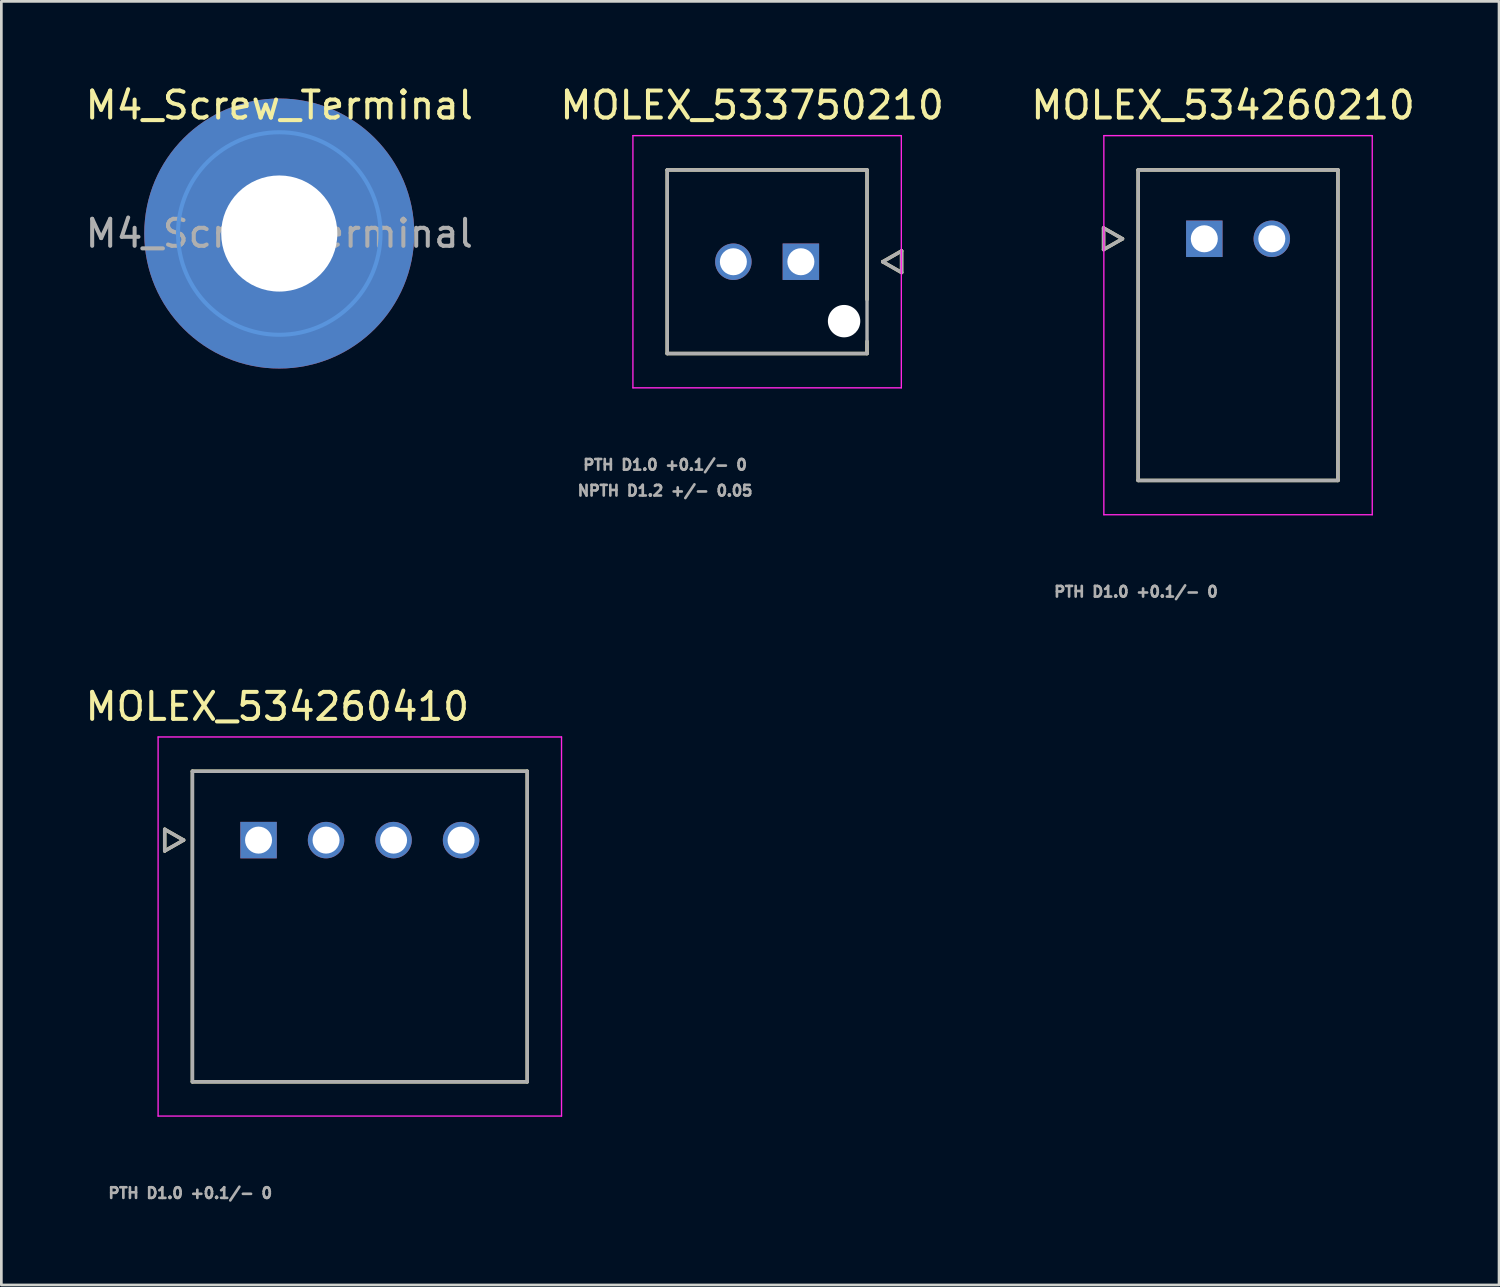
<source format=kicad_pcb>
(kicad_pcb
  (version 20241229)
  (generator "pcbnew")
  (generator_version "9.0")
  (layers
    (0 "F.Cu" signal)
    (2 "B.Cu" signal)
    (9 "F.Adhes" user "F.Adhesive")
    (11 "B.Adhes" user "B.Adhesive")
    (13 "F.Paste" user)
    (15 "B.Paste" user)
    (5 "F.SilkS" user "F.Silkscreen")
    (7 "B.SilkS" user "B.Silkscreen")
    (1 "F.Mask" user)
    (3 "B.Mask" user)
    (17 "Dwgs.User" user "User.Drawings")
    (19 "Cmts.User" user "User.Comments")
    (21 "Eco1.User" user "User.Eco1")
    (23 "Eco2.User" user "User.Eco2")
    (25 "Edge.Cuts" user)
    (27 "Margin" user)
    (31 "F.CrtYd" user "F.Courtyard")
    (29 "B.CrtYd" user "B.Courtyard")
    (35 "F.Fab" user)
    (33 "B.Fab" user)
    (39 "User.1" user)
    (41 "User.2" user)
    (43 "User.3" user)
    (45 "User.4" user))
  (footprint "MOLEX_534260410"
    (layer "F.Cu")
    (at 6.525 28.062)
    (property "Reference" "MOLEX_534260410" (at 0.695 -4.945 0) (layer "F.SilkS") (effects (font (size 1 1) (thickness 0.15))))
    (attr through_hole)
    (fp_circle (center 2.5 0) (end 2.876 0) (stroke (width 0.751) (type solid)) (fill no) (layer "F.Mask"))
    (fp_circle (center 5 0) (end 5.376 0) (stroke (width 0.751) (type solid)) (fill no) (layer "F.Mask"))
    (fp_circle (center 7.5 0) (end 7.876 0) (stroke (width 0.751) (type solid)) (fill no) (layer "F.Mask"))
    (fp_poly (pts (xy -0.751 -0.751) (xy 0.751 -0.751) (xy 0.751 0.751) (xy -0.751 0.751)) (stroke (width 0.01) (type solid)) (fill yes) (layer "F.Mask"))
    (fp_circle (center 2.5 0) (end 2.876 0) (stroke (width 0.751) (type solid)) (fill no) (layer "B.Mask"))
    (fp_circle (center 5 0) (end 5.376 0) (stroke (width 0.751) (type solid)) (fill no) (layer "B.Mask"))
    (fp_circle (center 7.5 0) (end 7.876 0) (stroke (width 0.751) (type solid)) (fill no) (layer "B.Mask"))
    (fp_poly (pts (xy -0.751 -0.751) (xy 0.751 -0.751) (xy 0.751 0.751) (xy -0.751 0.751)) (stroke (width 0.01) (type solid)) (fill yes) (layer "B.Mask"))
    (fp_line (start -3.476 -0.4) (end -3.476 0.4) (stroke (width 0.127) (type solid)) (layer "F.SilkS"))
    (fp_line (start -3.476 0.4) (end -2.776 0) (stroke (width 0.127) (type solid)) (layer "F.SilkS"))
    (fp_line (start -2.776 0) (end -3.476 -0.4) (stroke (width 0.127) (type solid)) (layer "F.SilkS"))
    (fp_line (start -2.45 -2.55) (end 9.95 -2.55) (stroke (width 0.127) (type solid)) (layer "F.SilkS"))
    (fp_line (start -2.45 8.95) (end -2.45 -2.55) (stroke (width 0.127) (type solid)) (layer "F.SilkS"))
    (fp_line (start 9.95 -2.55) (end 9.95 8.95) (stroke (width 0.127) (type solid)) (layer "F.SilkS"))
    (fp_line (start 9.95 8.95) (end -2.45 8.95) (stroke (width 0.127) (type solid)) (layer "F.SilkS"))
    (fp_line (start -3.72 -3.82) (end 11.22 -3.82) (stroke (width 0.05) (type solid)) (layer "F.CrtYd"))
    (fp_line (start -3.72 10.22) (end -3.72 -3.82) (stroke (width 0.05) (type solid)) (layer "F.CrtYd"))
    (fp_line (start -3.72 10.22) (end 11.22 10.22) (stroke (width 0.05) (type solid)) (layer "F.CrtYd"))
    (fp_line (start 11.22 -3.82) (end 11.22 10.22) (stroke (width 0.05) (type solid)) (layer "F.CrtYd"))
    (fp_line (start -3.476 -0.4) (end -3.476 0.4) (stroke (width 0.127) (type solid)) (layer "F.Fab"))
    (fp_line (start -3.476 0.4) (end -2.776 0) (stroke (width 0.127) (type solid)) (layer "F.Fab"))
    (fp_line (start -2.776 0) (end -3.476 -0.4) (stroke (width 0.127) (type solid)) (layer "F.Fab"))
    (fp_line (start -2.45 -2.55) (end 9.95 -2.55) (stroke (width 0.127) (type solid)) (layer "F.Fab"))
    (fp_line (start -2.45 8.95) (end -2.45 -2.55) (stroke (width 0.127) (type solid)) (layer "F.Fab"))
    (fp_line (start 9.95 -2.55) (end 9.95 8.95) (stroke (width 0.127) (type solid)) (layer "F.Fab"))
    (fp_line (start 9.95 8.95) (end -2.45 8.95) (stroke (width 0.127) (type solid)) (layer "F.Fab"))
    (fp_text user "PTH D1.0 +0.1/- 0" (at -2.53 13.072 0) (layer "F.Fab") (effects (font (size 0.394 0.394) (thickness 0.15))))
    (pad "1" thru_hole rect (at 0 0) (size 1.35 1.35) (drill 1) (layers "*.Cu"))
    (pad "2" thru_hole circle (at 2.5 0) (size 1.35 1.35) (drill 1) (layers "*.Cu"))
    (pad "3" thru_hole circle (at 5 0) (size 1.35 1.35) (drill 1) (layers "*.Cu"))
    (pad "4" thru_hole circle (at 7.5 0) (size 1.35 1.35) (drill 1) (layers "*.Cu")))
  (footprint "MOLEX_534260210"
    (layer "F.Cu")
    (at 41.549 5.793)
    (property "Reference" "MOLEX_534260210" (at 0.695 -4.945 0) (layer "F.SilkS") (effects (font (size 1 1) (thickness 0.15))))
    (attr through_hole)
    (fp_circle (center 2.5 0) (end 2.876 0) (stroke (width 0.751) (type solid)) (fill no) (layer "F.Mask"))
    (fp_poly (pts (xy -0.751 -0.751) (xy 0.751 -0.751) (xy 0.751 0.751) (xy -0.751 0.751)) (stroke (width 0.01) (type solid)) (fill yes) (layer "F.Mask"))
    (fp_circle (center 2.5 0) (end 2.876 0) (stroke (width 0.751) (type solid)) (fill no) (layer "B.Mask"))
    (fp_poly (pts (xy -0.751 -0.751) (xy 0.751 -0.751) (xy 0.751 0.751) (xy -0.751 0.751)) (stroke (width 0.01) (type solid)) (fill yes) (layer "B.Mask"))
    (fp_line (start -3.73 -0.4) (end -3.73 0.4) (stroke (width 0.127) (type solid)) (layer "F.SilkS"))
    (fp_line (start -3.73 0.4) (end -3.03 0) (stroke (width 0.127) (type solid)) (layer "F.SilkS"))
    (fp_line (start -3.03 0) (end -3.73 -0.4) (stroke (width 0.127) (type solid)) (layer "F.SilkS"))
    (fp_line (start -2.45 -2.55) (end 4.95 -2.55) (stroke (width 0.127) (type solid)) (layer "F.SilkS"))
    (fp_line (start -2.45 8.95) (end -2.45 -2.55) (stroke (width 0.127) (type solid)) (layer "F.SilkS"))
    (fp_line (start 4.95 -2.55) (end 4.95 8.95) (stroke (width 0.127) (type solid)) (layer "F.SilkS"))
    (fp_line (start 4.95 8.95) (end -2.45 8.95) (stroke (width 0.127) (type solid)) (layer "F.SilkS"))
    (fp_line (start -3.72 -3.82) (end 6.22 -3.82) (stroke (width 0.05) (type solid)) (layer "F.CrtYd"))
    (fp_line (start -3.72 10.22) (end -3.72 -3.82) (stroke (width 0.05) (type solid)) (layer "F.CrtYd"))
    (fp_line (start -3.72 10.22) (end 6.22 10.22) (stroke (width 0.05) (type solid)) (layer "F.CrtYd"))
    (fp_line (start 6.22 -3.82) (end 6.22 10.22) (stroke (width 0.05) (type solid)) (layer "F.CrtYd"))
    (fp_line (start -3.73 -0.4) (end -3.73 0.4) (stroke (width 0.127) (type solid)) (layer "F.Fab"))
    (fp_line (start -3.73 0.4) (end -3.03 0) (stroke (width 0.127) (type solid)) (layer "F.Fab"))
    (fp_line (start -3.03 0) (end -3.73 -0.4) (stroke (width 0.127) (type solid)) (layer "F.Fab"))
    (fp_line (start -2.45 -2.55) (end 4.95 -2.55) (stroke (width 0.127) (type solid)) (layer "F.Fab"))
    (fp_line (start -2.45 8.95) (end -2.45 -2.55) (stroke (width 0.127) (type solid)) (layer "F.Fab"))
    (fp_line (start 4.95 -2.55) (end 4.95 8.95) (stroke (width 0.127) (type solid)) (layer "F.Fab"))
    (fp_line (start 4.95 8.95) (end -2.45 8.95) (stroke (width 0.127) (type solid)) (layer "F.Fab"))
    (fp_text user "PTH D1.0 +0.1/- 0" (at -2.53 13.072 0) (layer "F.Fab") (effects (font (size 0.394 0.394) (thickness 0.15))))
    (pad "1" thru_hole rect (at 0 0) (size 1.35 1.35) (drill 1) (layers "*.Cu"))
    (pad "2" thru_hole circle (at 2.5 0) (size 1.35 1.35) (drill 1) (layers "*.Cu")))
  (footprint "MOLEX_533750210"
    (layer "F.Cu")
    (at 26.609 6.643)
    (property "Reference" "MOLEX_533750210" (at -1.805 -5.795 0) (layer "F.SilkS") (effects (font (size 1 1) (thickness 0.15))))
    (attr through_hole)
    (fp_circle (center -2.5 0) (end -2.124 0) (stroke (width 0.751) (type solid)) (fill no) (layer "F.Mask"))
    (fp_circle (center 1.6 2.2) (end 1.938 2.2) (stroke (width 0.676) (type solid)) (fill no) (layer "F.Mask"))
    (fp_poly (pts (xy -0.751 -0.751) (xy 0.751 -0.751) (xy 0.751 0.751) (xy -0.751 0.751)) (stroke (width 0.01) (type solid)) (fill yes) (layer "F.Mask"))
    (fp_circle (center -2.5 0) (end -2.124 0) (stroke (width 0.751) (type solid)) (fill no) (layer "B.Mask"))
    (fp_circle (center 1.6 2.2) (end 1.938 2.2) (stroke (width 0.676) (type solid)) (fill no) (layer "B.Mask"))
    (fp_poly (pts (xy -0.751 -0.751) (xy 0.751 -0.751) (xy 0.751 0.751) (xy -0.751 0.751)) (stroke (width 0.01) (type solid)) (fill yes) (layer "B.Mask"))
    (fp_line (start -4.95 -3.4) (end 2.45 -3.4) (stroke (width 0.127) (type solid)) (layer "F.SilkS"))
    (fp_line (start -4.95 3.4) (end -4.95 -3.4) (stroke (width 0.127) (type solid)) (layer "F.SilkS"))
    (fp_line (start 2.45 -3.4) (end 2.45 1.4) (stroke (width 0.127) (type solid)) (layer "F.SilkS"))
    (fp_line (start 2.45 2.95) (end 2.45 3.4) (stroke (width 0.127) (type solid)) (layer "F.SilkS"))
    (fp_line (start 2.45 3.4) (end -4.95 3.4) (stroke (width 0.127) (type solid)) (layer "F.SilkS"))
    (fp_line (start 3.03 0) (end 3.73 0.4) (stroke (width 0.127) (type solid)) (layer "F.SilkS"))
    (fp_line (start 3.73 -0.4) (end 3.03 0) (stroke (width 0.127) (type solid)) (layer "F.SilkS"))
    (fp_line (start 3.73 0.4) (end 3.73 -0.4) (stroke (width 0.127) (type solid)) (layer "F.SilkS"))
    (fp_line (start -6.22 -4.67) (end 3.72 -4.67) (stroke (width 0.05) (type solid)) (layer "F.CrtYd"))
    (fp_line (start -6.22 4.67) (end -6.22 -4.67) (stroke (width 0.05) (type solid)) (layer "F.CrtYd"))
    (fp_line (start -6.22 4.67) (end 3.72 4.67) (stroke (width 0.05) (type solid)) (layer "F.CrtYd"))
    (fp_line (start 3.72 -4.67) (end 3.72 4.67) (stroke (width 0.05) (type solid)) (layer "F.CrtYd"))
    (fp_line (start -4.95 -3.4) (end 2.45 -3.4) (stroke (width 0.127) (type solid)) (layer "F.Fab"))
    (fp_line (start -4.95 3.4) (end -4.95 -3.4) (stroke (width 0.127) (type solid)) (layer "F.Fab"))
    (fp_line (start 2.45 -3.4) (end 2.45 3.4) (stroke (width 0.127) (type solid)) (layer "F.Fab"))
    (fp_line (start 2.45 3.4) (end -4.95 3.4) (stroke (width 0.127) (type solid)) (layer "F.Fab"))
    (fp_line (start 3.03 0) (end 3.73 0.4) (stroke (width 0.127) (type solid)) (layer "F.Fab"))
    (fp_line (start 3.73 -0.4) (end 3.03 0) (stroke (width 0.127) (type solid)) (layer "F.Fab"))
    (fp_line (start 3.73 0.4) (end 3.73 -0.4) (stroke (width 0.127) (type solid)) (layer "F.Fab"))
    (fp_text user "NPTH D1.2 +/- 0.05" (at -5.03 8.48 0) (layer "F.Fab") (effects (font (size 0.394 0.394) (thickness 0.15))))
    (fp_text user "PTH D1.0 +0.1/- 0" (at -5.03 7.522 0) (layer "F.Fab") (effects (font (size 0.394 0.394) (thickness 0.15))))
    (pad "" np_thru_hole circle (at 1.6 2.2) (size 1.2 1.2) (drill 1.2) (layers "*.Cu" "*.Mask"))
    (pad "1" thru_hole rect (at 0 0) (size 1.35 1.35) (drill 1) (layers "*.Cu"))
    (pad "2" thru_hole circle (at -2.5 0) (size 1.35 1.35) (drill 1) (layers "*.Cu")))
  (footprint "M4_Screw_Terminal"
    (layer "F.Cu")
    (at 7.292 5.598)
    (property "Reference" "M4_Screw_Terminal" (at 0 -4.75 0) (layer "F.SilkS") (effects (font (size 1 1) (thickness 0.15))))
    (attr exclude_from_pos_files exclude_from_bom)
    (fp_circle (center 0 0) (end 3.75 0) (stroke (width 0.15) (type solid)) (fill no) (layer "Cmts.User"))
    (fp_text user "${REFERENCE}" (at 0 0 0) (layer "F.Fab") (effects (font (size 1 1) (thickness 0.15))))
    (pad "" np_thru_hole circle (at 0 0) (size 6.5 6.5) (drill 4.3) (layers "*.Cu" "*.Mask"))
    (pad "1" smd circle (at 0 0) (size 10 10) (layers "*.Mask" "F.Cu"))
    (pad "1" smd circle (at 0 0) (size 10 10) (layers "*.Mask" "B.Cu")))
  (gr_rect
    (start -3 -3)
    (end 52.464 44.537)
    (stroke (width 0.1) (type default))
    (fill no)
    (layer "Edge.Cuts")))
</source>
